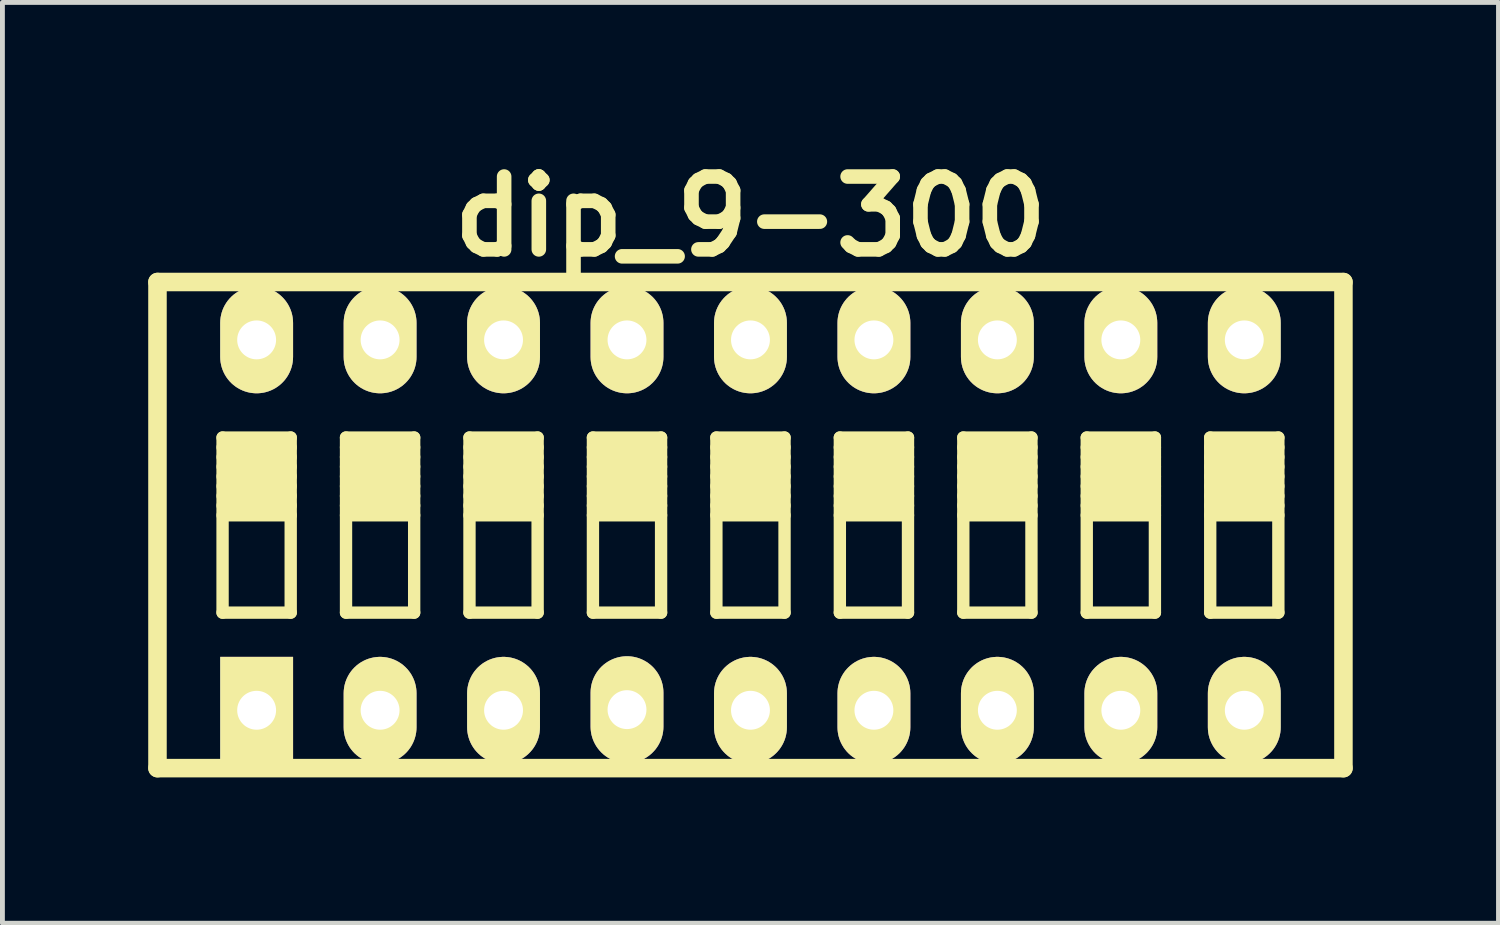
<source format=kicad_pcb>
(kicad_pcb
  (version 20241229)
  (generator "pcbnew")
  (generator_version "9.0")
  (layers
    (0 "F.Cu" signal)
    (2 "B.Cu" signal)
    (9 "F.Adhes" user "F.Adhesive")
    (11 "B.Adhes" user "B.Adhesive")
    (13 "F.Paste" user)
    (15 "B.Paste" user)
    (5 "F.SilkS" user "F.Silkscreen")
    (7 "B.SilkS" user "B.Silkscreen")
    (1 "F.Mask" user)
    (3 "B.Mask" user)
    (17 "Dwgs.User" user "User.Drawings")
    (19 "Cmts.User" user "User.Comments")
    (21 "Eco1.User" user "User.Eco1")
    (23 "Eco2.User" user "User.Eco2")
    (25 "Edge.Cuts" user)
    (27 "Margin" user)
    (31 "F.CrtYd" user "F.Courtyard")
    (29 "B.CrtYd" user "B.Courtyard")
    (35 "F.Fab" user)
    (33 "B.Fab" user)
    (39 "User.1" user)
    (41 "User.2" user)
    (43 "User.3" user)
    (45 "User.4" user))
  (footprint "dip_9-300"
    (layer "F.Cu")
    (at 12.39 7.753)
    (property "Reference" "dip_9-300" (at 0 -6.35 0) (layer "F.SilkS") (effects (font (size 1.499 1.499) (thickness 0.3))))
    (attr through_hole)
    (fp_line (start -12.2 5.001) (end -12.2 -5.001) (stroke (width 0.381) (type solid)) (layer "F.SilkS"))
    (fp_line (start -12.2 5.001) (end 12.2 5.001) (stroke (width 0.381) (type solid)) (layer "F.SilkS"))
    (fp_line (start -10.861 -1.801) (end -10.861 1.801) (stroke (width 0.254) (type solid)) (layer "F.SilkS"))
    (fp_line (start -10.861 -1.6) (end -9.459 -1.6) (stroke (width 0.254) (type solid)) (layer "F.SilkS"))
    (fp_line (start -10.861 -1.4) (end -9.459 -1.4) (stroke (width 0.254) (type solid)) (layer "F.SilkS"))
    (fp_line (start -10.861 -1.201) (end -9.459 -1.201) (stroke (width 0.254) (type solid)) (layer "F.SilkS"))
    (fp_line (start -10.861 -1.001) (end -9.459 -1.001) (stroke (width 0.254) (type solid)) (layer "F.SilkS"))
    (fp_line (start -10.861 -0.8) (end -9.459 -0.8) (stroke (width 0.254) (type solid)) (layer "F.SilkS"))
    (fp_line (start -10.861 -0.599) (end -9.459 -0.599) (stroke (width 0.254) (type solid)) (layer "F.SilkS"))
    (fp_line (start -10.861 -0.401) (end -9.459 -0.401) (stroke (width 0.254) (type solid)) (layer "F.SilkS"))
    (fp_line (start -10.861 -0.201) (end -9.459 -0.201) (stroke (width 0.254) (type solid)) (layer "F.SilkS"))
    (fp_line (start -10.861 1.801) (end -9.459 1.801) (stroke (width 0.254) (type solid)) (layer "F.SilkS"))
    (fp_line (start -9.459 -1.801) (end -10.861 -1.801) (stroke (width 0.254) (type solid)) (layer "F.SilkS"))
    (fp_line (start -9.459 1.801) (end -9.459 -1.801) (stroke (width 0.254) (type solid)) (layer "F.SilkS"))
    (fp_line (start -8.321 -1.801) (end -8.321 1.801) (stroke (width 0.254) (type solid)) (layer "F.SilkS"))
    (fp_line (start -8.321 -1.6) (end -6.919 -1.6) (stroke (width 0.254) (type solid)) (layer "F.SilkS"))
    (fp_line (start -8.321 -1.4) (end -6.919 -1.4) (stroke (width 0.254) (type solid)) (layer "F.SilkS"))
    (fp_line (start -8.321 -1.201) (end -6.919 -1.201) (stroke (width 0.254) (type solid)) (layer "F.SilkS"))
    (fp_line (start -8.321 -1.001) (end -6.919 -1.001) (stroke (width 0.254) (type solid)) (layer "F.SilkS"))
    (fp_line (start -8.321 -0.8) (end -6.919 -0.8) (stroke (width 0.254) (type solid)) (layer "F.SilkS"))
    (fp_line (start -8.321 -0.599) (end -6.919 -0.599) (stroke (width 0.254) (type solid)) (layer "F.SilkS"))
    (fp_line (start -8.321 -0.401) (end -6.919 -0.401) (stroke (width 0.254) (type solid)) (layer "F.SilkS"))
    (fp_line (start -8.321 -0.201) (end -6.919 -0.201) (stroke (width 0.254) (type solid)) (layer "F.SilkS"))
    (fp_line (start -8.321 1.801) (end -6.919 1.801) (stroke (width 0.254) (type solid)) (layer "F.SilkS"))
    (fp_line (start -6.919 -1.801) (end -8.321 -1.801) (stroke (width 0.254) (type solid)) (layer "F.SilkS"))
    (fp_line (start -6.919 1.801) (end -6.919 -1.801) (stroke (width 0.254) (type solid)) (layer "F.SilkS"))
    (fp_line (start -5.781 -1.801) (end -5.781 1.801) (stroke (width 0.254) (type solid)) (layer "F.SilkS"))
    (fp_line (start -5.781 -1.6) (end -4.379 -1.6) (stroke (width 0.254) (type solid)) (layer "F.SilkS"))
    (fp_line (start -5.781 -1.4) (end -4.379 -1.4) (stroke (width 0.254) (type solid)) (layer "F.SilkS"))
    (fp_line (start -5.781 -1.201) (end -4.379 -1.201) (stroke (width 0.254) (type solid)) (layer "F.SilkS"))
    (fp_line (start -5.781 -1.001) (end -4.379 -1.001) (stroke (width 0.254) (type solid)) (layer "F.SilkS"))
    (fp_line (start -5.781 -0.8) (end -4.379 -0.8) (stroke (width 0.254) (type solid)) (layer "F.SilkS"))
    (fp_line (start -5.781 -0.599) (end -4.379 -0.599) (stroke (width 0.254) (type solid)) (layer "F.SilkS"))
    (fp_line (start -5.781 -0.401) (end -4.379 -0.401) (stroke (width 0.254) (type solid)) (layer "F.SilkS"))
    (fp_line (start -5.781 -0.201) (end -4.379 -0.201) (stroke (width 0.254) (type solid)) (layer "F.SilkS"))
    (fp_line (start -5.781 1.801) (end -4.379 1.801) (stroke (width 0.254) (type solid)) (layer "F.SilkS"))
    (fp_line (start -4.379 -1.801) (end -5.781 -1.801) (stroke (width 0.254) (type solid)) (layer "F.SilkS"))
    (fp_line (start -4.379 1.801) (end -4.379 -1.801) (stroke (width 0.254) (type solid)) (layer "F.SilkS"))
    (fp_line (start -3.241 -1.801) (end -3.241 1.801) (stroke (width 0.254) (type solid)) (layer "F.SilkS"))
    (fp_line (start -3.241 -1.6) (end -1.839 -1.6) (stroke (width 0.254) (type solid)) (layer "F.SilkS"))
    (fp_line (start -3.241 -1.4) (end -1.839 -1.4) (stroke (width 0.254) (type solid)) (layer "F.SilkS"))
    (fp_line (start -3.241 -1.201) (end -1.839 -1.201) (stroke (width 0.254) (type solid)) (layer "F.SilkS"))
    (fp_line (start -3.241 -1.001) (end -1.839 -1.001) (stroke (width 0.254) (type solid)) (layer "F.SilkS"))
    (fp_line (start -3.241 -0.8) (end -1.839 -0.8) (stroke (width 0.254) (type solid)) (layer "F.SilkS"))
    (fp_line (start -3.241 -0.599) (end -1.839 -0.599) (stroke (width 0.254) (type solid)) (layer "F.SilkS"))
    (fp_line (start -3.241 -0.401) (end -1.839 -0.401) (stroke (width 0.254) (type solid)) (layer "F.SilkS"))
    (fp_line (start -3.241 -0.201) (end -1.839 -0.201) (stroke (width 0.254) (type solid)) (layer "F.SilkS"))
    (fp_line (start -3.241 1.801) (end -1.839 1.801) (stroke (width 0.254) (type solid)) (layer "F.SilkS"))
    (fp_line (start -1.839 -1.801) (end -3.241 -1.801) (stroke (width 0.254) (type solid)) (layer "F.SilkS"))
    (fp_line (start -1.839 1.801) (end -1.839 -1.801) (stroke (width 0.254) (type solid)) (layer "F.SilkS"))
    (fp_line (start -0.701 -1.801) (end -0.701 1.801) (stroke (width 0.254) (type solid)) (layer "F.SilkS"))
    (fp_line (start -0.701 -1.6) (end 0.701 -1.6) (stroke (width 0.254) (type solid)) (layer "F.SilkS"))
    (fp_line (start -0.701 -1.4) (end 0.701 -1.4) (stroke (width 0.254) (type solid)) (layer "F.SilkS"))
    (fp_line (start -0.701 -1.201) (end 0.701 -1.201) (stroke (width 0.254) (type solid)) (layer "F.SilkS"))
    (fp_line (start -0.701 -1.001) (end 0.701 -1.001) (stroke (width 0.254) (type solid)) (layer "F.SilkS"))
    (fp_line (start -0.701 -0.8) (end 0.701 -0.8) (stroke (width 0.254) (type solid)) (layer "F.SilkS"))
    (fp_line (start -0.701 -0.599) (end 0.701 -0.599) (stroke (width 0.254) (type solid)) (layer "F.SilkS"))
    (fp_line (start -0.701 -0.401) (end 0.701 -0.401) (stroke (width 0.254) (type solid)) (layer "F.SilkS"))
    (fp_line (start -0.701 -0.201) (end 0.701 -0.201) (stroke (width 0.254) (type solid)) (layer "F.SilkS"))
    (fp_line (start -0.701 1.801) (end 0.701 1.801) (stroke (width 0.254) (type solid)) (layer "F.SilkS"))
    (fp_line (start 0.701 -1.801) (end -0.701 -1.801) (stroke (width 0.254) (type solid)) (layer "F.SilkS"))
    (fp_line (start 0.701 1.801) (end 0.701 -1.801) (stroke (width 0.254) (type solid)) (layer "F.SilkS"))
    (fp_line (start 1.839 -1.801) (end 1.839 1.801) (stroke (width 0.254) (type solid)) (layer "F.SilkS"))
    (fp_line (start 1.839 -1.6) (end 3.241 -1.6) (stroke (width 0.254) (type solid)) (layer "F.SilkS"))
    (fp_line (start 1.839 -1.4) (end 3.241 -1.4) (stroke (width 0.254) (type solid)) (layer "F.SilkS"))
    (fp_line (start 1.839 -1.201) (end 3.241 -1.201) (stroke (width 0.254) (type solid)) (layer "F.SilkS"))
    (fp_line (start 1.839 -1.001) (end 3.241 -1.001) (stroke (width 0.254) (type solid)) (layer "F.SilkS"))
    (fp_line (start 1.839 -0.8) (end 3.241 -0.8) (stroke (width 0.254) (type solid)) (layer "F.SilkS"))
    (fp_line (start 1.839 -0.599) (end 3.241 -0.599) (stroke (width 0.254) (type solid)) (layer "F.SilkS"))
    (fp_line (start 1.839 -0.401) (end 3.241 -0.401) (stroke (width 0.254) (type solid)) (layer "F.SilkS"))
    (fp_line (start 1.839 -0.201) (end 3.241 -0.201) (stroke (width 0.254) (type solid)) (layer "F.SilkS"))
    (fp_line (start 1.839 1.801) (end 3.241 1.801) (stroke (width 0.254) (type solid)) (layer "F.SilkS"))
    (fp_line (start 3.241 -1.801) (end 1.839 -1.801) (stroke (width 0.254) (type solid)) (layer "F.SilkS"))
    (fp_line (start 3.241 1.801) (end 3.241 -1.801) (stroke (width 0.254) (type solid)) (layer "F.SilkS"))
    (fp_line (start 4.379 -1.801) (end 4.379 1.801) (stroke (width 0.254) (type solid)) (layer "F.SilkS"))
    (fp_line (start 4.379 -1.6) (end 5.781 -1.6) (stroke (width 0.254) (type solid)) (layer "F.SilkS"))
    (fp_line (start 4.379 -1.4) (end 5.781 -1.4) (stroke (width 0.254) (type solid)) (layer "F.SilkS"))
    (fp_line (start 4.379 -1.201) (end 5.781 -1.201) (stroke (width 0.254) (type solid)) (layer "F.SilkS"))
    (fp_line (start 4.379 -1.001) (end 5.781 -1.001) (stroke (width 0.254) (type solid)) (layer "F.SilkS"))
    (fp_line (start 4.379 -0.8) (end 5.781 -0.8) (stroke (width 0.254) (type solid)) (layer "F.SilkS"))
    (fp_line (start 4.379 -0.599) (end 5.781 -0.599) (stroke (width 0.254) (type solid)) (layer "F.SilkS"))
    (fp_line (start 4.379 -0.401) (end 5.781 -0.401) (stroke (width 0.254) (type solid)) (layer "F.SilkS"))
    (fp_line (start 4.379 -0.201) (end 5.781 -0.201) (stroke (width 0.254) (type solid)) (layer "F.SilkS"))
    (fp_line (start 4.379 1.801) (end 5.781 1.801) (stroke (width 0.254) (type solid)) (layer "F.SilkS"))
    (fp_line (start 5.781 -1.801) (end 4.379 -1.801) (stroke (width 0.254) (type solid)) (layer "F.SilkS"))
    (fp_line (start 5.781 1.801) (end 5.781 -1.801) (stroke (width 0.254) (type solid)) (layer "F.SilkS"))
    (fp_line (start 6.919 -1.801) (end 6.919 1.801) (stroke (width 0.254) (type solid)) (layer "F.SilkS"))
    (fp_line (start 6.919 -1.6) (end 8.321 -1.6) (stroke (width 0.254) (type solid)) (layer "F.SilkS"))
    (fp_line (start 6.919 -1.4) (end 8.321 -1.4) (stroke (width 0.254) (type solid)) (layer "F.SilkS"))
    (fp_line (start 6.919 -1.201) (end 8.321 -1.201) (stroke (width 0.254) (type solid)) (layer "F.SilkS"))
    (fp_line (start 6.919 -1.001) (end 8.321 -1.001) (stroke (width 0.254) (type solid)) (layer "F.SilkS"))
    (fp_line (start 6.919 -0.8) (end 8.321 -0.8) (stroke (width 0.254) (type solid)) (layer "F.SilkS"))
    (fp_line (start 6.919 -0.599) (end 8.321 -0.599) (stroke (width 0.254) (type solid)) (layer "F.SilkS"))
    (fp_line (start 6.919 -0.401) (end 8.321 -0.401) (stroke (width 0.254) (type solid)) (layer "F.SilkS"))
    (fp_line (start 6.919 -0.201) (end 8.321 -0.201) (stroke (width 0.254) (type solid)) (layer "F.SilkS"))
    (fp_line (start 6.919 1.801) (end 8.321 1.801) (stroke (width 0.254) (type solid)) (layer "F.SilkS"))
    (fp_line (start 8.321 -1.801) (end 6.919 -1.801) (stroke (width 0.254) (type solid)) (layer "F.SilkS"))
    (fp_line (start 8.321 1.801) (end 8.321 -1.801) (stroke (width 0.254) (type solid)) (layer "F.SilkS"))
    (fp_line (start 9.459 -1.801) (end 9.459 1.801) (stroke (width 0.254) (type solid)) (layer "F.SilkS"))
    (fp_line (start 9.459 -1.6) (end 10.861 -1.6) (stroke (width 0.254) (type solid)) (layer "F.SilkS"))
    (fp_line (start 9.459 -1.4) (end 10.861 -1.4) (stroke (width 0.254) (type solid)) (layer "F.SilkS"))
    (fp_line (start 9.459 -1.201) (end 10.861 -1.201) (stroke (width 0.254) (type solid)) (layer "F.SilkS"))
    (fp_line (start 9.459 -1.001) (end 10.861 -1.001) (stroke (width 0.254) (type solid)) (layer "F.SilkS"))
    (fp_line (start 9.459 -0.8) (end 10.861 -0.8) (stroke (width 0.254) (type solid)) (layer "F.SilkS"))
    (fp_line (start 9.459 -0.599) (end 10.861 -0.599) (stroke (width 0.254) (type solid)) (layer "F.SilkS"))
    (fp_line (start 9.459 -0.401) (end 10.861 -0.401) (stroke (width 0.254) (type solid)) (layer "F.SilkS"))
    (fp_line (start 9.459 -0.201) (end 10.861 -0.201) (stroke (width 0.254) (type solid)) (layer "F.SilkS"))
    (fp_line (start 9.459 1.801) (end 10.861 1.801) (stroke (width 0.254) (type solid)) (layer "F.SilkS"))
    (fp_line (start 10.861 -1.801) (end 9.459 -1.801) (stroke (width 0.254) (type solid)) (layer "F.SilkS"))
    (fp_line (start 10.861 1.801) (end 10.861 -1.801) (stroke (width 0.254) (type solid)) (layer "F.SilkS"))
    (fp_line (start 12.2 -5.001) (end -12.2 -5.001) (stroke (width 0.381) (type solid)) (layer "F.SilkS"))
    (fp_line (start 12.2 -4.999) (end 12.2 5.001) (stroke (width 0.381) (type solid)) (layer "F.SilkS"))
    (pad "1" thru_hole rect (at -10.16 3.81) (size 1.499 2.197) (drill 0.8) (layers "*.Cu" "*.Mask" "F.SilkS"))
    (pad "2" thru_hole oval (at -7.62 3.81) (size 1.499 2.197) (drill 0.8) (layers "*.Cu" "*.Mask" "F.SilkS"))
    (pad "3" thru_hole oval (at -5.08 3.81) (size 1.499 2.197) (drill 0.8) (layers "*.Cu" "*.Mask" "F.SilkS"))
    (pad "4" thru_hole oval (at -2.54 3.797) (size 1.499 2.197) (drill 0.8) (layers "*.Cu" "*.Mask" "F.SilkS"))
    (pad "5" thru_hole oval (at 0 3.81) (size 1.499 2.197) (drill 0.8) (layers "*.Cu" "*.Mask" "F.SilkS"))
    (pad "6" thru_hole oval (at 2.54 3.81) (size 1.499 2.197) (drill 0.8) (layers "*.Cu" "*.Mask" "F.SilkS"))
    (pad "7" thru_hole oval (at 5.08 3.81) (size 1.499 2.197) (drill 0.8) (layers "*.Cu" "*.Mask" "F.SilkS"))
    (pad "8" thru_hole oval (at 7.62 3.81) (size 1.499 2.197) (drill 0.8) (layers "*.Cu" "*.Mask" "F.SilkS"))
    (pad "9" thru_hole oval (at 10.16 3.81) (size 1.499 2.197) (drill 0.8) (layers "*.Cu" "*.Mask" "F.SilkS"))
    (pad "10" thru_hole oval (at 10.16 -3.81) (size 1.499 2.197) (drill 0.8) (layers "*.Cu" "*.Mask" "F.SilkS"))
    (pad "11" thru_hole oval (at 7.62 -3.81) (size 1.499 2.197) (drill 0.8) (layers "*.Cu" "*.Mask" "F.SilkS"))
    (pad "12" thru_hole oval (at 5.08 -3.81) (size 1.499 2.197) (drill 0.8) (layers "*.Cu" "*.Mask" "F.SilkS"))
    (pad "13" thru_hole oval (at 2.54 -3.81) (size 1.499 2.197) (drill 0.8) (layers "*.Cu" "*.Mask" "F.SilkS"))
    (pad "14" thru_hole oval (at 0 -3.81) (size 1.499 2.197) (drill 0.8) (layers "*.Cu" "*.Mask" "F.SilkS"))
    (pad "15" thru_hole oval (at -2.54 -3.81) (size 1.499 2.197) (drill 0.8) (layers "*.Cu" "*.Mask" "F.SilkS"))
    (pad "16" thru_hole oval (at -5.08 -3.81) (size 1.499 2.197) (drill 0.8) (layers "*.Cu" "*.Mask" "F.SilkS"))
    (pad "17" thru_hole oval (at -7.62 -3.81) (size 1.499 2.197) (drill 0.8) (layers "*.Cu" "*.Mask" "F.SilkS"))
    (pad "18" thru_hole oval (at -10.16 -3.81) (size 1.499 2.197) (drill 0.8) (layers "*.Cu" "*.Mask" "F.SilkS")))
  (gr_rect
    (start -3 -3)
    (end 27.78 15.944)
    (stroke (width 0.1) (type default))
    (fill no)
    (layer "Edge.Cuts")))
</source>
